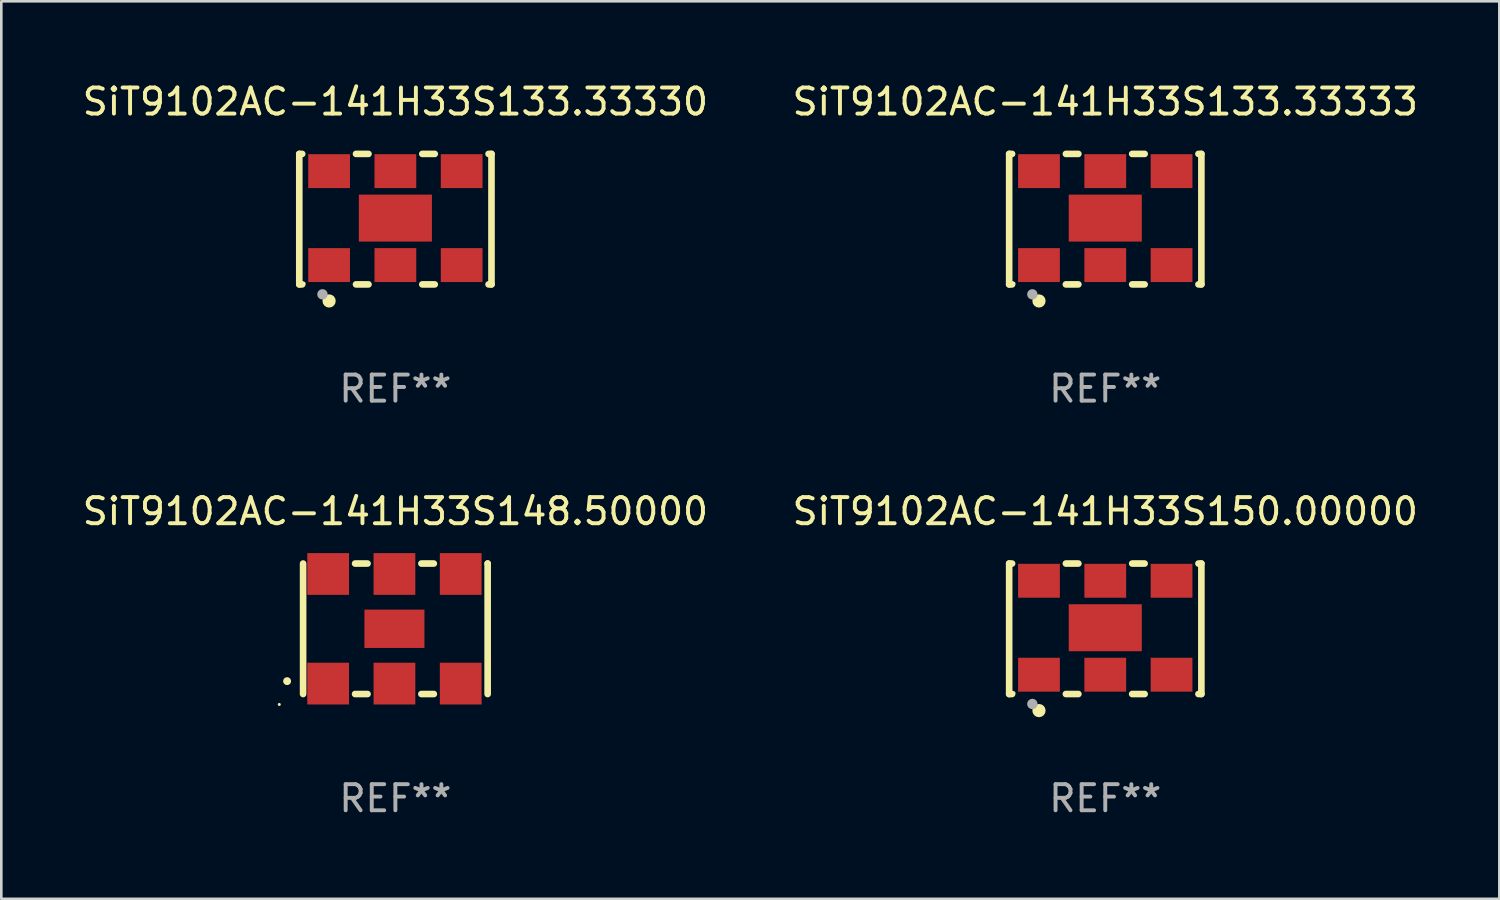
<source format=kicad_pcb>
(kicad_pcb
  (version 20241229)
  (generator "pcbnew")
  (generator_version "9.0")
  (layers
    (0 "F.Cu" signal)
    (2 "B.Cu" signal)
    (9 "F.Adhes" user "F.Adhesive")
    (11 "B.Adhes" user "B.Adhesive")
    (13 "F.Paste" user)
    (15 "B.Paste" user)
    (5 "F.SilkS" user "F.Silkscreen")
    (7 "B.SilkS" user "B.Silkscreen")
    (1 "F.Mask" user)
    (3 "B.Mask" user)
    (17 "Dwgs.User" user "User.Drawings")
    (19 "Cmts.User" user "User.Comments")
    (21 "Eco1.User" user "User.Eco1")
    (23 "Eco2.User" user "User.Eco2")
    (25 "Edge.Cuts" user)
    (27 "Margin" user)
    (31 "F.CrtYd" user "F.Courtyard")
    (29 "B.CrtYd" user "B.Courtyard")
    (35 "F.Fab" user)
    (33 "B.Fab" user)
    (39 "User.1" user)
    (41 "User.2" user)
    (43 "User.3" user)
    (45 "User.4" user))
  (footprint "SiT9102AC-141H33S133.33330"
    (layer "F.Cu")
    (at 12.101 5.348)
    (property "Reference" "SiT9102AC-141H33S133.33330" (at 0 -4.5 0) (layer "F.SilkS") (effects (font (size 1 1) (thickness 0.15))))
    (attr through_hole)
    (fp_line (start -3.683 -2.5) (end -3.571 -2.5) (stroke (width 0.254) (type solid)) (layer "F.SilkS"))
    (fp_line (start -3.683 2.5) (end -3.683 -2.5) (stroke (width 0.254) (type solid)) (layer "F.SilkS"))
    (fp_line (start -3.683 2.5) (end -3.571 2.5) (stroke (width 0.254) (type solid)) (layer "F.SilkS"))
    (fp_line (start -1.509 -2.5) (end -1.031 -2.5) (stroke (width 0.254) (type solid)) (layer "F.SilkS"))
    (fp_line (start -1.509 2.5) (end -1.031 2.5) (stroke (width 0.254) (type solid)) (layer "F.SilkS"))
    (fp_line (start 1.031 -2.5) (end 1.509 -2.5) (stroke (width 0.254) (type solid)) (layer "F.SilkS"))
    (fp_line (start 1.031 2.5) (end 1.509 2.5) (stroke (width 0.254) (type solid)) (layer "F.SilkS"))
    (fp_line (start 3.571 -2.5) (end 3.683 -2.5) (stroke (width 0.254) (type solid)) (layer "F.SilkS"))
    (fp_line (start 3.571 2.5) (end 3.683 2.5) (stroke (width 0.254) (type solid)) (layer "F.SilkS"))
    (fp_line (start 3.683 2.5) (end 3.683 -2.5) (stroke (width 0.254) (type solid)) (layer "F.SilkS"))
    (fp_circle (center -3.5 2.46) (end -3.47 2.46) (stroke (width 0.06) (type solid)) (fill no) (layer "F.SilkS"))
    (fp_circle (center -2.54 3.135) (end -2.413 3.135) (stroke (width 0.254) (type solid)) (fill no) (layer "F.SilkS"))
    (fp_circle (center -2.794 2.881) (end -2.694 2.881) (stroke (width 0.2) (type solid)) (fill no) (layer "F.Fab"))
    (fp_text user "REF**" (at 0 6.5 0) (layer "F.Fab") (effects (font (size 1 1) (thickness 0.15))))
    (pad "1" smd rect (at -2.54 1.76) (size 1.6 1.3) (layers "F.Cu" "F.Mask" "F.Paste"))
    (pad "2" smd rect (at 0 1.76) (size 1.6 1.3) (layers "F.Cu" "F.Mask" "F.Paste"))
    (pad "3" smd rect (at 2.54 1.76) (size 1.6 1.3) (layers "F.Cu" "F.Mask" "F.Paste"))
    (pad "4" smd rect (at 2.54 -1.84) (size 1.6 1.3) (layers "F.Cu" "F.Mask" "F.Paste"))
    (pad "5" smd rect (at 0 -1.84) (size 1.6 1.3) (layers "F.Cu" "F.Mask" "F.Paste"))
    (pad "6" smd rect (at -2.54 -1.84) (size 1.6 1.3) (layers "F.Cu" "F.Mask" "F.Paste"))
    (pad "7" smd rect (at 0 -0.04) (size 2.8 1.8) (layers "F.Cu" "F.Mask" "F.Paste")))
  (footprint "SiT9102AC-141H33S150.00000"
    (layer "F.Cu")
    (at 39.304 21.045)
    (property "Reference" "SiT9102AC-141H33S150.00000" (at 0 -4.5 0) (layer "F.SilkS") (effects (font (size 1 1) (thickness 0.15))))
    (attr through_hole)
    (fp_line (start -3.683 -2.5) (end -3.571 -2.5) (stroke (width 0.254) (type solid)) (layer "F.SilkS"))
    (fp_line (start -3.683 2.5) (end -3.683 -2.5) (stroke (width 0.254) (type solid)) (layer "F.SilkS"))
    (fp_line (start -3.683 2.5) (end -3.571 2.5) (stroke (width 0.254) (type solid)) (layer "F.SilkS"))
    (fp_line (start -1.509 -2.5) (end -1.031 -2.5) (stroke (width 0.254) (type solid)) (layer "F.SilkS"))
    (fp_line (start -1.509 2.5) (end -1.031 2.5) (stroke (width 0.254) (type solid)) (layer "F.SilkS"))
    (fp_line (start 1.031 -2.5) (end 1.509 -2.5) (stroke (width 0.254) (type solid)) (layer "F.SilkS"))
    (fp_line (start 1.031 2.5) (end 1.509 2.5) (stroke (width 0.254) (type solid)) (layer "F.SilkS"))
    (fp_line (start 3.571 -2.5) (end 3.683 -2.5) (stroke (width 0.254) (type solid)) (layer "F.SilkS"))
    (fp_line (start 3.571 2.5) (end 3.683 2.5) (stroke (width 0.254) (type solid)) (layer "F.SilkS"))
    (fp_line (start 3.683 2.5) (end 3.683 -2.5) (stroke (width 0.254) (type solid)) (layer "F.SilkS"))
    (fp_circle (center -3.5 2.46) (end -3.47 2.46) (stroke (width 0.06) (type solid)) (fill no) (layer "F.SilkS"))
    (fp_circle (center -2.54 3.135) (end -2.413 3.135) (stroke (width 0.254) (type solid)) (fill no) (layer "F.SilkS"))
    (fp_circle (center -2.794 2.881) (end -2.694 2.881) (stroke (width 0.2) (type solid)) (fill no) (layer "F.Fab"))
    (fp_text user "REF**" (at 0 6.5 0) (layer "F.Fab") (effects (font (size 1 1) (thickness 0.15))))
    (pad "1" smd rect (at -2.54 1.76) (size 1.6 1.3) (layers "F.Cu" "F.Mask" "F.Paste"))
    (pad "2" smd rect (at 0 1.76) (size 1.6 1.3) (layers "F.Cu" "F.Mask" "F.Paste"))
    (pad "3" smd rect (at 2.54 1.76) (size 1.6 1.3) (layers "F.Cu" "F.Mask" "F.Paste"))
    (pad "4" smd rect (at 2.54 -1.84) (size 1.6 1.3) (layers "F.Cu" "F.Mask" "F.Paste"))
    (pad "5" smd rect (at 0 -1.84) (size 1.6 1.3) (layers "F.Cu" "F.Mask" "F.Paste"))
    (pad "6" smd rect (at -2.54 -1.84) (size 1.6 1.3) (layers "F.Cu" "F.Mask" "F.Paste"))
    (pad "7" smd rect (at 0 -0.04) (size 2.8 1.8) (layers "F.Cu" "F.Mask" "F.Paste")))
  (footprint "SiT9102AC-141H33S133.33333"
    (layer "F.Cu")
    (at 39.304 5.348)
    (property "Reference" "SiT9102AC-141H33S133.33333" (at 0 -4.5 0) (layer "F.SilkS") (effects (font (size 1 1) (thickness 0.15))))
    (attr through_hole)
    (fp_line (start -3.683 -2.5) (end -3.571 -2.5) (stroke (width 0.254) (type solid)) (layer "F.SilkS"))
    (fp_line (start -3.683 2.5) (end -3.683 -2.5) (stroke (width 0.254) (type solid)) (layer "F.SilkS"))
    (fp_line (start -3.683 2.5) (end -3.571 2.5) (stroke (width 0.254) (type solid)) (layer "F.SilkS"))
    (fp_line (start -1.509 -2.5) (end -1.031 -2.5) (stroke (width 0.254) (type solid)) (layer "F.SilkS"))
    (fp_line (start -1.509 2.5) (end -1.031 2.5) (stroke (width 0.254) (type solid)) (layer "F.SilkS"))
    (fp_line (start 1.031 -2.5) (end 1.509 -2.5) (stroke (width 0.254) (type solid)) (layer "F.SilkS"))
    (fp_line (start 1.031 2.5) (end 1.509 2.5) (stroke (width 0.254) (type solid)) (layer "F.SilkS"))
    (fp_line (start 3.571 -2.5) (end 3.683 -2.5) (stroke (width 0.254) (type solid)) (layer "F.SilkS"))
    (fp_line (start 3.571 2.5) (end 3.683 2.5) (stroke (width 0.254) (type solid)) (layer "F.SilkS"))
    (fp_line (start 3.683 2.5) (end 3.683 -2.5) (stroke (width 0.254) (type solid)) (layer "F.SilkS"))
    (fp_circle (center -3.5 2.46) (end -3.47 2.46) (stroke (width 0.06) (type solid)) (fill no) (layer "F.SilkS"))
    (fp_circle (center -2.54 3.135) (end -2.413 3.135) (stroke (width 0.254) (type solid)) (fill no) (layer "F.SilkS"))
    (fp_circle (center -2.794 2.881) (end -2.694 2.881) (stroke (width 0.2) (type solid)) (fill no) (layer "F.Fab"))
    (fp_text user "REF**" (at 0 6.5 0) (layer "F.Fab") (effects (font (size 1 1) (thickness 0.15))))
    (pad "1" smd rect (at -2.54 1.76) (size 1.6 1.3) (layers "F.Cu" "F.Mask" "F.Paste"))
    (pad "2" smd rect (at 0 1.76) (size 1.6 1.3) (layers "F.Cu" "F.Mask" "F.Paste"))
    (pad "3" smd rect (at 2.54 1.76) (size 1.6 1.3) (layers "F.Cu" "F.Mask" "F.Paste"))
    (pad "4" smd rect (at 2.54 -1.84) (size 1.6 1.3) (layers "F.Cu" "F.Mask" "F.Paste"))
    (pad "5" smd rect (at 0 -1.84) (size 1.6 1.3) (layers "F.Cu" "F.Mask" "F.Paste"))
    (pad "6" smd rect (at -2.54 -1.84) (size 1.6 1.3) (layers "F.Cu" "F.Mask" "F.Paste"))
    (pad "7" smd rect (at 0 -0.04) (size 2.8 1.8) (layers "F.Cu" "F.Mask" "F.Paste")))
  (footprint "SiT9102AC-141H33S148.50000"
    (layer "F.Cu")
    (at 12.101 21.045)
    (property "Reference" "SiT9102AC-141H33S148.50000" (at 0 -4.5 0) (layer "F.SilkS") (effects (font (size 1 1) (thickness 0.15))))
    (attr through_hole)
    (fp_line (start -3.536 -2.5) (end -3.536 2.5) (stroke (width 0.254) (type solid)) (layer "F.SilkS"))
    (fp_line (start -1.544 2.5) (end -1.067 2.5) (stroke (width 0.254) (type solid)) (layer "F.SilkS"))
    (fp_line (start -1.067 -2.5) (end -1.544 -2.5) (stroke (width 0.254) (type solid)) (layer "F.SilkS"))
    (fp_line (start 0.996 2.5) (end 1.473 2.5) (stroke (width 0.254) (type solid)) (layer "F.SilkS"))
    (fp_line (start 1.473 -2.5) (end 0.996 -2.5) (stroke (width 0.254) (type solid)) (layer "F.SilkS"))
    (fp_line (start 3.536 -2.5) (end 3.536 -2.5) (stroke (width 0.254) (type solid)) (layer "F.SilkS"))
    (fp_line (start 3.536 2.5) (end 3.536 -2.5) (stroke (width 0.254) (type solid)) (layer "F.SilkS"))
    (fp_arc (start -4.150432 2.006604) (mid -4.149162 2.006599) (end -4.147892 2.006604) (stroke (width 0.3) (type solid)) (layer "F.SilkS"))
    (fp_circle (center -4.449 2.9) (end -4.419 2.9) (stroke (width 0.06) (type solid)) (fill no) (layer "F.SilkS"))
    (fp_text user "REF**" (at 0 6.5 0) (layer "F.Fab") (effects (font (size 1 1) (thickness 0.15))))
    (pad "1" smd rect (at -2.576 2.1) (size 1.6 1.6) (layers "F.Cu" "F.Mask" "F.Paste"))
    (pad "2" smd rect (at -0.036 2.1) (size 1.6 1.6) (layers "F.Cu" "F.Mask" "F.Paste"))
    (pad "3" smd rect (at 2.504 2.1) (size 1.6 1.6) (layers "F.Cu" "F.Mask" "F.Paste"))
    (pad "4" smd rect (at 2.504 -2.1) (size 1.6 1.6) (layers "F.Cu" "F.Mask" "F.Paste"))
    (pad "5" smd rect (at -0.036 -2.1) (size 1.6 1.6) (layers "F.Cu" "F.Mask" "F.Paste"))
    (pad "6" smd rect (at -2.576 -2.1) (size 1.6 1.6) (layers "F.Cu" "F.Mask" "F.Paste"))
    (pad "7" smd rect (at -0.036 0) (size 2.3 1.47) (layers "F.Cu" "F.Mask" "F.Paste")))
  (gr_rect
    (start -3 -3)
    (end 54.405 31.393)
    (stroke (width 0.1) (type default))
    (fill no)
    (layer "Edge.Cuts")))
</source>
